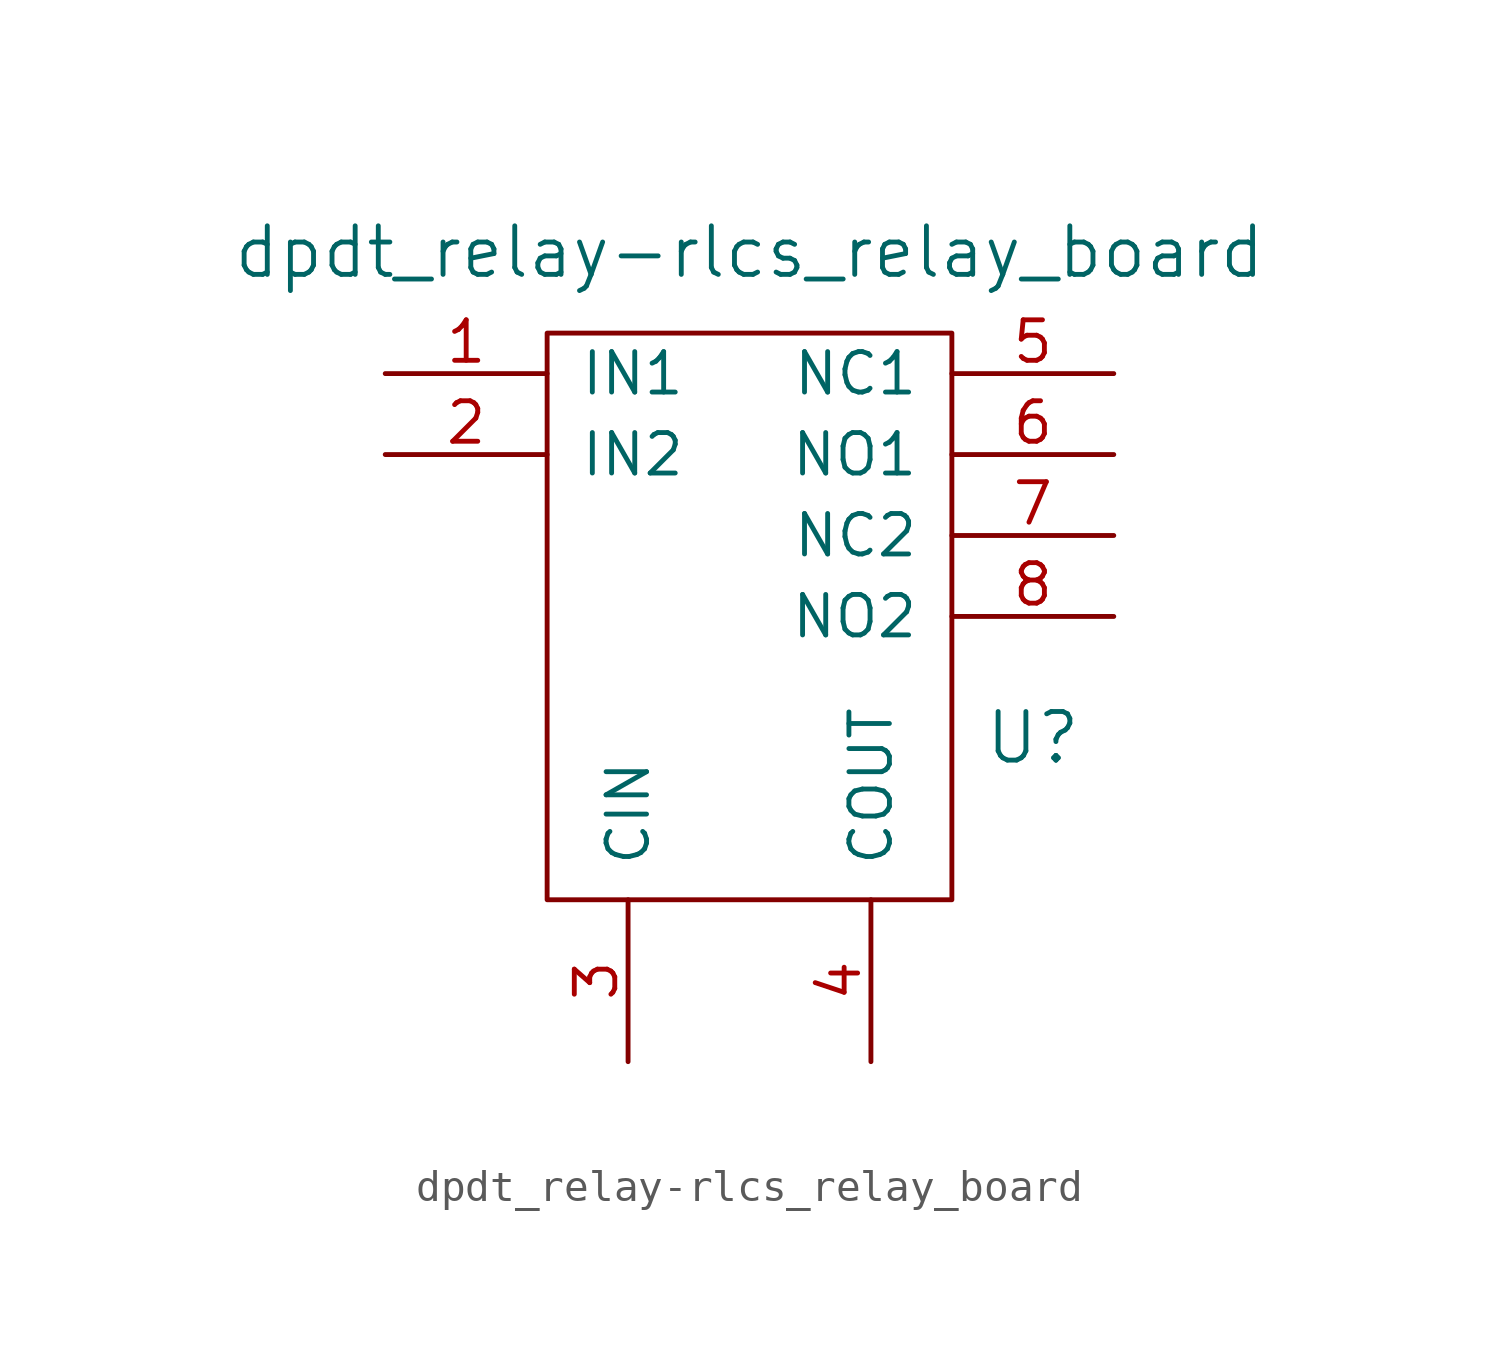
<source format=kicad_sym>
(kicad_symbol_lib
  (version 20211014)
  (generator kicad_symbol_editor)
  (symbol "dpdt_relay-rlcs_relay_board"
    (pin_names
      (offset 1.016))
    (property "Reference" "U"
      (at 8.89 -15.24 0)
      (effects (font (size 1.524 1.524))))
    (property "Value" "dpdt_relay-rlcs_relay_board"
      (at 0 0 0)
      (effects (font (size 1.524 1.524))))
    (symbol "dpdt_relay-rlcs_relay_board_0_1"
      (rectangle (start -6.35 -2.54) (end 6.35 -20.32) (stroke (width 0) (type default) (color 0 0 0 0)) (fill (type none))))
    (symbol "dpdt_relay-rlcs_relay_board_1_1"
      (pin input line (at -11.43 -3.81 0) (length 5.08) (name "IN1" (effects (font (size 1.27 1.27)))) (number "1" (effects (font (size 1.27 1.27)))))
      (pin input line (at -11.43 -6.35 0) (length 5.08) (name "IN2" (effects (font (size 1.27 1.27)))) (number "2" (effects (font (size 1.27 1.27)))))
      (pin input line (at -3.81 -25.4 90) (length 5.08) (name "CIN" (effects (font (size 1.27 1.27)))) (number "3" (effects (font (size 1.27 1.27)))))
      (pin input line (at 3.81 -25.4 90) (length 5.08) (name "COUT" (effects (font (size 1.27 1.27)))) (number "4" (effects (font (size 1.27 1.27)))))
      (pin input line (at 11.43 -3.81 180) (length 5.08) (name "NC1" (effects (font (size 1.27 1.27)))) (number "5" (effects (font (size 1.27 1.27)))))
      (pin input line (at 11.43 -6.35 180) (length 5.08) (name "NO1" (effects (font (size 1.27 1.27)))) (number "6" (effects (font (size 1.27 1.27)))))
      (pin input line (at 11.43 -8.89 180) (length 5.08) (name "NC2" (effects (font (size 1.27 1.27)))) (number "7" (effects (font (size 1.27 1.27)))))
      (pin input line (at 11.43 -11.43 180) (length 5.08) (name "NO2" (effects (font (size 1.27 1.27)))) (number "8" (effects (font (size 1.27 1.27))))))))
</source>
